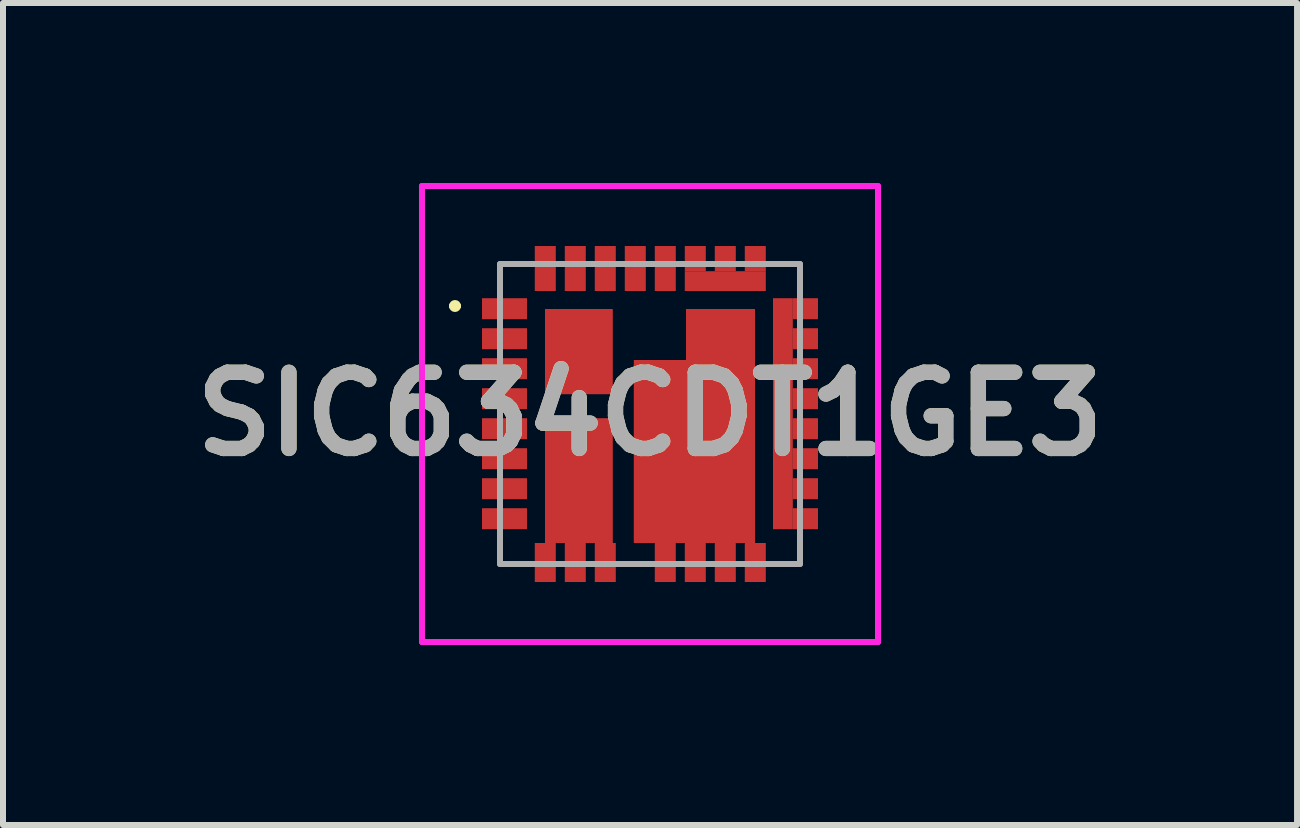
<source format=kicad_pcb>
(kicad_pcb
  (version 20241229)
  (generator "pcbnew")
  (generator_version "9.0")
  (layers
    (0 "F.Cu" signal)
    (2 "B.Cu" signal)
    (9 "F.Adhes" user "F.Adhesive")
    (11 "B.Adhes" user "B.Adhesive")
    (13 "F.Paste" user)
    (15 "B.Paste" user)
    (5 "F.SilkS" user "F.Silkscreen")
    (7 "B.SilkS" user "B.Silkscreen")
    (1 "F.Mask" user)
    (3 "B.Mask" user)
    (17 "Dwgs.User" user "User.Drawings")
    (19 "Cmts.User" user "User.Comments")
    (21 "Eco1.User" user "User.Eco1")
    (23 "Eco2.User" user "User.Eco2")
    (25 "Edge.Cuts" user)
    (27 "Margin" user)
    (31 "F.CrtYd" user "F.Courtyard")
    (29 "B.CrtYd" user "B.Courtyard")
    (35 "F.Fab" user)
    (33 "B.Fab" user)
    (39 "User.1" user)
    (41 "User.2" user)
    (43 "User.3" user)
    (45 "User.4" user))
  (footprint "SIC634CDT1GE3"
    (layer "F.Cu")
    (at 7.783 3.85)
    (property "Reference" "SIC634CDT1GE3" (at 0 0 0) (layer "F.SilkS") (effects (font (size 1.27 1.27) (thickness 0.254))))
    (attr smd)
    (fp_line (start -3.3 -1.8) (end -3.3 -1.8) (stroke (width 0.1) (type solid)) (layer "F.SilkS"))
    (fp_line (start -3.2 -1.8) (end -3.2 -1.8) (stroke (width 0.1) (type solid)) (layer "F.SilkS"))
    (fp_arc (start -3.3 -1.8) (mid -3.25 -1.85) (end -3.2 -1.8) (stroke (width 0.1) (type solid)) (layer "F.SilkS"))
    (fp_arc (start -3.2 -1.8) (mid -3.25 -1.75) (end -3.3 -1.8) (stroke (width 0.1) (type solid)) (layer "F.SilkS"))
    (fp_line (start -3.8 -3.8) (end 3.8 -3.8) (stroke (width 0.1) (type solid)) (layer "F.CrtYd"))
    (fp_line (start -3.8 3.8) (end -3.8 -3.8) (stroke (width 0.1) (type solid)) (layer "F.CrtYd"))
    (fp_line (start 3.8 -3.8) (end 3.8 3.8) (stroke (width 0.1) (type solid)) (layer "F.CrtYd"))
    (fp_line (start 3.8 3.8) (end -3.8 3.8) (stroke (width 0.1) (type solid)) (layer "F.CrtYd"))
    (fp_line (start -2.5 -2.5) (end 2.5 -2.5) (stroke (width 0.1) (type solid)) (layer "F.Fab"))
    (fp_line (start -2.5 2.5) (end -2.5 -2.5) (stroke (width 0.1) (type solid)) (layer "F.Fab"))
    (fp_line (start 2.5 -2.5) (end 2.5 2.5) (stroke (width 0.1) (type solid)) (layer "F.Fab"))
    (fp_line (start 2.5 2.5) (end -2.5 2.5) (stroke (width 0.1) (type solid)) (layer "F.Fab"))
    (fp_text user "${REFERENCE}" (at 0 0 0) (layer "F.Fab") (effects (font (size 1.27 1.27) (thickness 0.254))))
    (pad "1" smd rect (at -2.425 -1.755 90) (size 0.35 0.75) (layers "F.Cu" "F.Mask" "F.Paste"))
    (pad "2" smd rect (at -2.425 -1.255 90) (size 0.35 0.75) (layers "F.Cu" "F.Mask" "F.Paste"))
    (pad "3" smd rect (at -2.425 -0.755 90) (size 0.35 0.75) (layers "F.Cu" "F.Mask" "F.Paste"))
    (pad "4" smd rect (at -2.425 -0.255 90) (size 0.35 0.75) (layers "F.Cu" "F.Mask" "F.Paste"))
    (pad "5" smd rect (at -2.425 0.245 90) (size 0.35 0.75) (layers "F.Cu" "F.Mask" "F.Paste"))
    (pad "6" smd rect (at -2.425 0.745 90) (size 0.35 0.75) (layers "F.Cu" "F.Mask" "F.Paste"))
    (pad "7" smd rect (at -2.425 1.245 90) (size 0.35 0.75) (layers "F.Cu" "F.Mask" "F.Paste"))
    (pad "8" smd rect (at -2.425 1.745 90) (size 0.35 0.75) (layers "F.Cu" "F.Mask" "F.Paste"))
    (pad "9" smd rect (at -1.745 2.475) (size 0.35 0.65) (layers "F.Cu" "F.Mask" "F.Paste"))
    (pad "10" smd rect (at -1.245 2.475) (size 0.35 0.65) (layers "F.Cu" "F.Mask" "F.Paste"))
    (pad "11" smd rect (at -0.745 2.475) (size 0.35 0.65) (layers "F.Cu" "F.Mask" "F.Paste"))
    (pad "12" smd rect (at 0.255 2.475) (size 0.35 0.65) (layers "F.Cu" "F.Mask" "F.Paste"))
    (pad "13" smd rect (at 0.755 2.475) (size 0.35 0.65) (layers "F.Cu" "F.Mask" "F.Paste"))
    (pad "14" smd rect (at 1.255 2.475) (size 0.35 0.65) (layers "F.Cu" "F.Mask" "F.Paste"))
    (pad "15" smd rect (at 1.755 2.475) (size 0.35 0.65) (layers "F.Cu" "F.Mask" "F.Paste"))
    (pad "16" smd rect (at 2.59 1.745 90) (size 0.35 0.42) (layers "F.Cu" "F.Mask" "F.Paste"))
    (pad "17" smd rect (at 2.59 1.245 90) (size 0.35 0.42) (layers "F.Cu" "F.Mask" "F.Paste"))
    (pad "18" smd rect (at 2.59 0.745 90) (size 0.35 0.42) (layers "F.Cu" "F.Mask" "F.Paste"))
    (pad "19" smd rect (at 2.59 0.245 90) (size 0.35 0.42) (layers "F.Cu" "F.Mask" "F.Paste"))
    (pad "20" smd rect (at 2.59 -0.255 90) (size 0.35 0.42) (layers "F.Cu" "F.Mask" "F.Paste"))
    (pad "21" smd rect (at 2.59 -0.755 90) (size 0.35 0.42) (layers "F.Cu" "F.Mask" "F.Paste"))
    (pad "22" smd rect (at 2.59 -1.255 90) (size 0.35 0.42) (layers "F.Cu" "F.Mask" "F.Paste"))
    (pad "23" smd rect (at 2.59 -1.755 90) (size 0.35 0.42) (layers "F.Cu" "F.Mask" "F.Paste"))
    (pad "24" smd rect (at 1.755 -2.59) (size 0.35 0.42) (layers "F.Cu" "F.Mask" "F.Paste"))
    (pad "25" smd rect (at 1.255 -2.59) (size 0.35 0.42) (layers "F.Cu" "F.Mask" "F.Paste"))
    (pad "26" smd rect (at 0.755 -2.59) (size 0.35 0.42) (layers "F.Cu" "F.Mask" "F.Paste"))
    (pad "27" smd rect (at 0.255 -2.425) (size 0.35 0.75) (layers "F.Cu" "F.Mask" "F.Paste"))
    (pad "28" smd rect (at -0.245 -2.425) (size 0.35 0.75) (layers "F.Cu" "F.Mask" "F.Paste"))
    (pad "29" smd rect (at -0.745 -2.425) (size 0.35 0.75) (layers "F.Cu" "F.Mask" "F.Paste"))
    (pad "30" smd rect (at -1.245 -2.425) (size 0.35 0.75) (layers "F.Cu" "F.Mask" "F.Paste"))
    (pad "31" smd rect (at -1.745 -2.425) (size 0.35 0.75) (layers "F.Cu" "F.Mask" "F.Paste"))
    (pad "32" smd rect (at -1.185 -1.04) (size 1.13 1.42) (layers "F.Cu" "F.Mask" "F.Paste"))
    (pad "34" smd rect (at -1.185 1.11) (size 1.13 2.08) (layers "F.Cu" "F.Mask" "F.Paste"))
    (pad "35" smd rect (at 0.74 0.625) (size 2.02 3.05) (layers "F.Cu" "F.Mask" "F.Paste"))
    (pad "36" smd rect (at 1.175 -1.325 90) (size 0.85 1.15) (layers "F.Cu" "F.Mask" "F.Paste"))
    (pad "37" smd rect (at 2.215 -0.005) (size 0.33 3.85) (layers "F.Cu" "F.Mask" "F.Paste"))
    (pad "38" smd rect (at 1.255 -2.215 90) (size 0.33 1.35) (layers "F.Cu" "F.Mask" "F.Paste")))
  (gr_rect
    (start -3 -3)
    (end 18.567 10.7)
    (stroke (width 0.1) (type default))
    (fill no)
    (layer "Edge.Cuts")))
</source>
